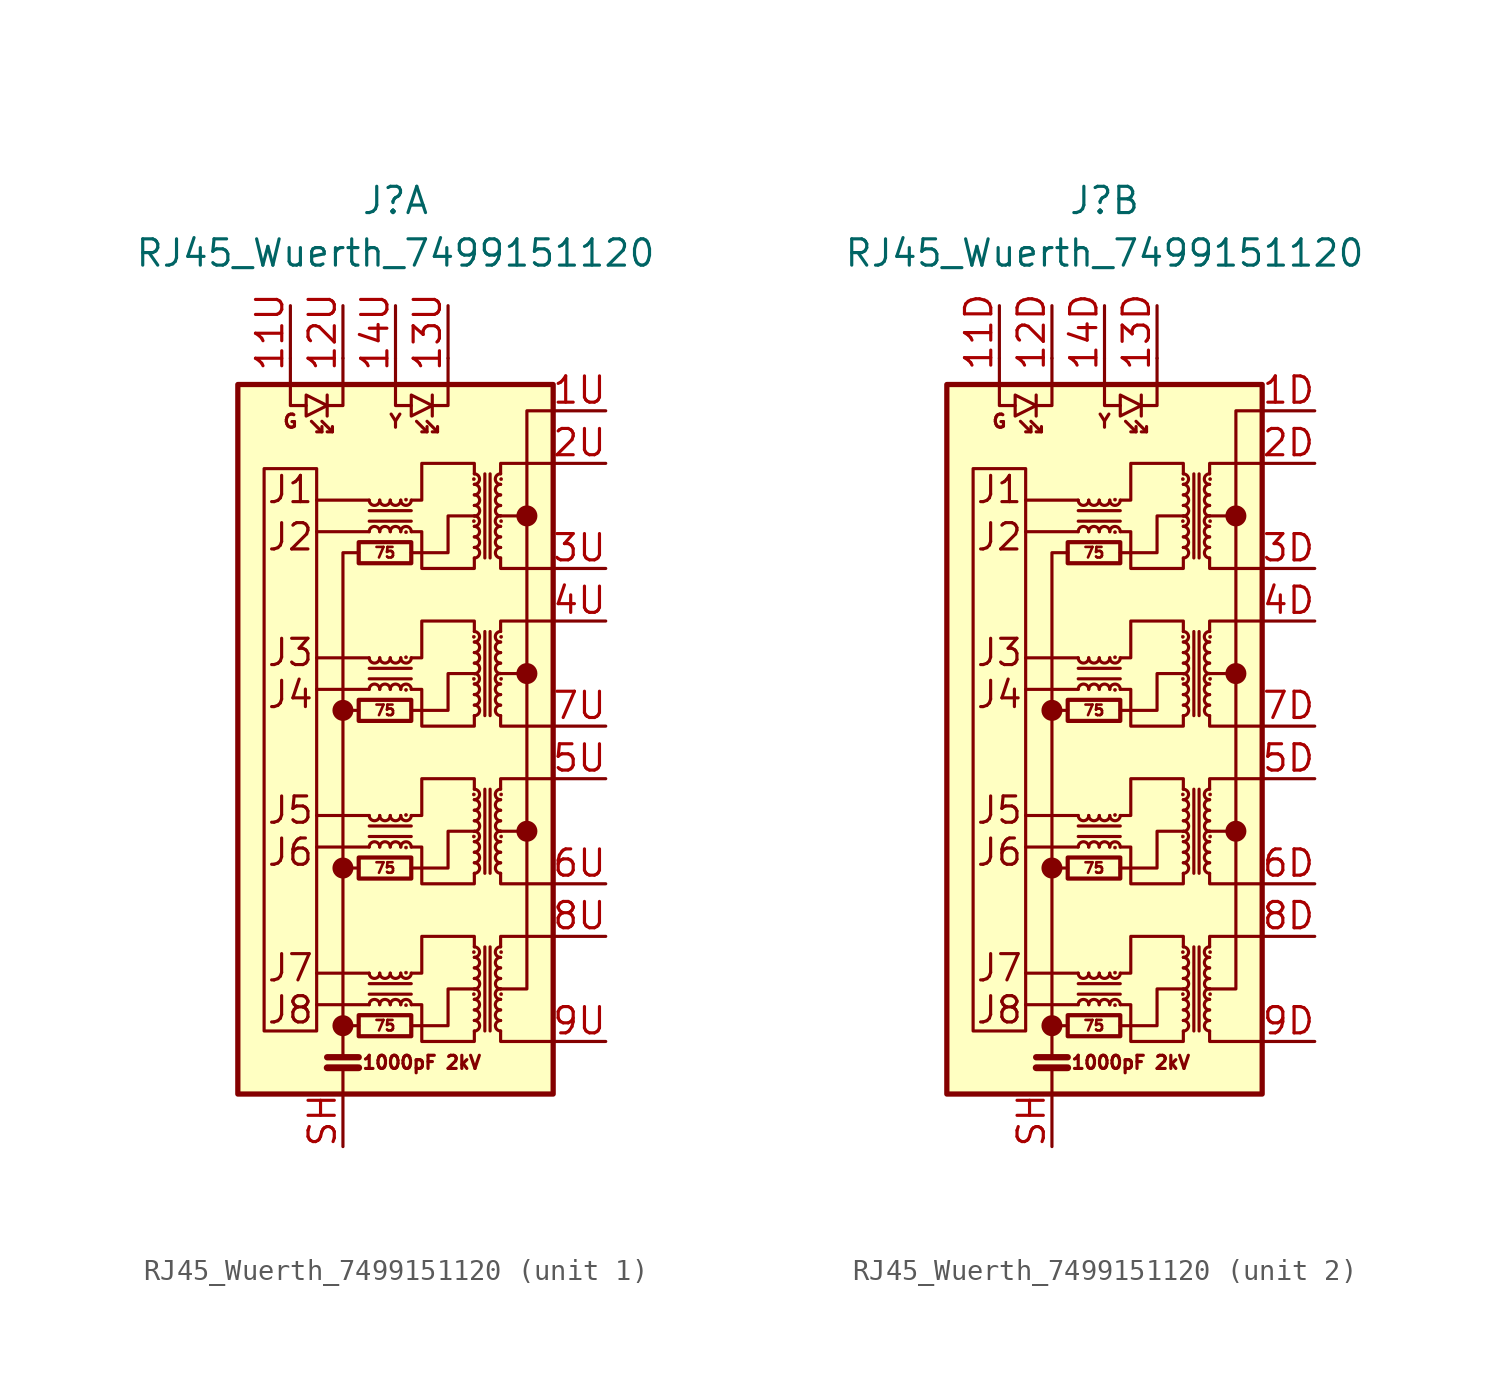
<source format=kicad_sym>
(kicad_symbol_lib
  (version 20241209)
  (generator "kicad_symbol_editor")
  (generator_version "9.0")
  (symbol "RJ45_Wuerth_7499151120"
    (pin_names
      (offset 0.025)
      (hide yes))
    (property "Reference" "J"
      (at 0 25.4 0)
      (effects (font (size 1.27 1.27))))
    (property "Value" "RJ45_Wuerth_7499151120"
      (at 0 22.86 0)
      (effects (font (size 1.27 1.27))))
    (property "ki_locked" ""
      (at 0 0 0)
      (effects (font (size 1.27 1.27))))
    (symbol "RJ45_Wuerth_7499151120_0_0"
      (circle (center -2.54 0.762) (radius 0.0001) (stroke (width 0.508) (type default)) (fill (type none)))
      (circle (center -2.54 -6.858) (radius 0.0001) (stroke (width 0.508) (type default)) (fill (type none)))
      (circle (center -2.54 -14.478) (radius 0.0001) (stroke (width 0.508) (type default)) (fill (type none)))
      (polyline (pts (xy -1.778 -14.478) (xy -2.54 -14.478)) (stroke (width 0) (type default)) (fill (type none)))
      (polyline (pts (xy -1.27 10.922) (xy -3.81 10.922)) (stroke (width 0) (type default)) (fill (type none)))
      (polyline (pts (xy -1.27 9.398) (xy -3.81 9.398)) (stroke (width 0) (type default)) (fill (type none)))
      (polyline (pts (xy -1.27 3.302) (xy -3.81 3.302)) (stroke (width 0) (type default)) (fill (type none)))
      (polyline (pts (xy -1.27 1.778) (xy -3.81 1.778)) (stroke (width 0) (type default)) (fill (type none)))
      (polyline (pts (xy -1.27 -4.318) (xy -3.81 -4.318)) (stroke (width 0) (type default)) (fill (type none)))
      (polyline (pts (xy -1.27 -5.842) (xy -3.81 -5.842)) (stroke (width 0) (type default)) (fill (type none)))
      (polyline (pts (xy -1.27 -11.938) (xy -3.81 -11.938)) (stroke (width 0) (type default)) (fill (type none)))
      (polyline (pts (xy -1.27 -13.462) (xy -3.81 -13.462)) (stroke (width 0) (type default)) (fill (type none)))
      (polyline (pts (xy 0.762 8.382) (xy 2.54 8.382) (xy 2.54 10.16) (xy 3.81 10.16)) (stroke (width 0) (type default)) (fill (type none)))
      (polyline (pts (xy 0.762 0.762) (xy 2.54 0.762) (xy 2.54 2.54) (xy 3.81 2.54)) (stroke (width 0) (type default)) (fill (type none)))
      (polyline (pts (xy 0.762 -6.858) (xy 2.54 -6.858) (xy 2.54 -5.08) (xy 3.81 -5.08)) (stroke (width 0) (type default)) (fill (type none)))
      (polyline (pts (xy 0.762 -14.478) (xy 2.54 -14.478) (xy 2.54 -12.7) (xy 3.81 -12.7)) (stroke (width 0) (type default)) (fill (type none)))
      (polyline (pts (xy 5.08 2.54) (xy 6.35 2.54)) (stroke (width 0) (type default)) (fill (type none)))
      (polyline (pts (xy 6.35 10.16) (xy 5.08 10.16)) (stroke (width 0) (type default)) (fill (type none)))
      (circle (center 6.35 10.16) (radius 0.0001) (stroke (width 0.508) (type default)) (fill (type none)))
      (circle (center 6.35 2.54) (radius 0.0001) (stroke (width 0.508) (type default)) (fill (type none)))
      (polyline (pts (xy 6.35 -5.08) (xy 5.08 -5.08)) (stroke (width 0) (type default)) (fill (type none)))
      (circle (center 6.35 -5.08) (radius 0.0001) (stroke (width 0.508) (type default)) (fill (type none)))
      (text "J1" (at -5.08 11.43 0) (effects (font (size 1.27 1.27))))
      (text "J2" (at -5.08 9.144 0) (effects (font (size 1.27 1.27))))
      (text "J3" (at -5.08 3.556 0) (effects (font (size 1.27 1.27))))
      (text "J4" (at -5.08 1.524 0) (effects (font (size 1.27 1.27))))
      (text "J5" (at -5.08 -4.064 0) (effects (font (size 1.27 1.27))))
      (text "J6" (at -5.08 -6.096 0) (effects (font (size 1.27 1.27))))
      (text "J7" (at -5.08 -11.684 0) (effects (font (size 1.27 1.27))))
      (text "J8" (at -5.08 -13.716 0) (effects (font (size 1.27 1.27))))
      (text "75" (at -0.508 8.382 0) (effects (font (size 0.508 0.508))))
      (text "75" (at -0.508 0.762 0) (effects (font (size 0.508 0.508))))
      (text "75" (at -0.508 -6.858 0) (effects (font (size 0.508 0.508))))
      (text "75" (at -0.508 -14.478 0) (effects (font (size 0.508 0.508))))
      (text "1000pF 2kV" (at 1.27 -16.256 0) (effects (font (size 0.635 0.635)))))
    (symbol "RJ45_Wuerth_7499151120_0_1"
      (rectangle (start -7.62 16.51) (end 7.62 -17.78) (stroke (width 0.254) (type default)) (fill (type background)))
      (polyline (pts (xy -5.08 17.78) (xy -5.08 15.494) (xy -4.318 15.494)) (stroke (width 0) (type default)) (fill (type none)))
      (rectangle (start -3.81 -14.732) (end -6.35 12.446) (stroke (width 0) (type default)) (fill (type none)))
      (polyline (pts (xy -3.556 14.478) (xy -3.556 14.224) (xy -3.81 14.224)) (stroke (width 0) (type default)) (fill (type none)))
      (polyline (pts (xy -3.556 14.224) (xy -4.064 14.732)) (stroke (width 0) (type default)) (fill (type none)))
      (polyline (pts (xy -3.302 16.002) (xy -3.302 14.986)) (stroke (width 0) (type default)) (fill (type none)))
      (polyline (pts (xy -3.302 15.494) (xy -4.318 16.002) (xy -4.318 14.986) (xy -3.302 15.494)) (stroke (width 0) (type default)) (fill (type none)))
      (polyline (pts (xy -3.302 -16.002) (xy -1.778 -16.002)) (stroke (width 0.305) (type default)) (fill (type none)))
      (polyline (pts (xy -3.302 -16.51) (xy -1.778 -16.51)) (stroke (width 0.33) (type default)) (fill (type none)))
      (polyline (pts (xy -3.048 14.478) (xy -3.048 14.224) (xy -3.302 14.224)) (stroke (width 0) (type default)) (fill (type none)))
      (polyline (pts (xy -3.048 14.224) (xy -3.556 14.732)) (stroke (width 0) (type default)) (fill (type none)))
      (polyline (pts (xy -2.54 17.78) (xy -2.54 15.494) (xy -3.302 15.494)) (stroke (width 0) (type default)) (fill (type none)))
      (polyline (pts (xy -2.54 0.762) (xy -1.778 0.762)) (stroke (width 0) (type default)) (fill (type none)))
      (polyline (pts (xy -2.54 -16.002) (xy -2.54 8.382) (xy -1.778 8.382)) (stroke (width 0) (type default)) (fill (type none)))
      (polyline (pts (xy -2.54 -17.78) (xy -2.54 -16.51)) (stroke (width 0) (type default)) (fill (type none)))
      (rectangle (start -1.778 7.874) (end 0.762 8.89) (stroke (width 0.203) (type default)) (fill (type none)))
      (rectangle (start -1.778 0.254) (end 0.762 1.27) (stroke (width 0.203) (type default)) (fill (type none)))
      (polyline (pts (xy -1.778 -6.858) (xy -2.54 -6.858)) (stroke (width 0) (type default)) (fill (type none)))
      (rectangle (start -1.778 -7.366) (end 0.762 -6.35) (stroke (width 0.203) (type default)) (fill (type none)))
      (rectangle (start -1.778 -14.986) (end 0.762 -13.97) (stroke (width 0.203) (type default)) (fill (type none)))
      (polyline (pts (xy -1.27 9.906) (xy 0.762 9.906)) (stroke (width 0) (type default)) (fill (type none)))
      (polyline (pts (xy -1.27 2.286) (xy 0.762 2.286)) (stroke (width 0) (type default)) (fill (type none)))
      (polyline (pts (xy -1.27 -5.334) (xy 0.762 -5.334)) (stroke (width 0) (type default)) (fill (type none)))
      (polyline (pts (xy -1.27 -12.954) (xy 0.762 -12.954)) (stroke (width 0) (type default)) (fill (type none)))
      (arc (start -0.762 10.922) (mid -1.016 10.6691) (end -1.27 10.922) (stroke (width 0) (type default)) (fill (type none)))
      (arc (start -1.27 9.398) (mid -1.016 9.6509) (end -0.762 9.398) (stroke (width 0) (type default)) (fill (type none)))
      (arc (start -0.762 3.302) (mid -1.016 3.0491) (end -1.27 3.302) (stroke (width 0) (type default)) (fill (type none)))
      (arc (start -1.27 1.778) (mid -1.016 2.0309) (end -0.762 1.778) (stroke (width 0) (type default)) (fill (type none)))
      (arc (start -0.762 -4.318) (mid -1.016 -4.5709) (end -1.27 -4.318) (stroke (width 0) (type default)) (fill (type none)))
      (arc (start -1.27 -5.842) (mid -1.016 -5.5891) (end -0.762 -5.842) (stroke (width 0) (type default)) (fill (type none)))
      (arc (start -0.762 -11.938) (mid -1.016 -12.1909) (end -1.27 -11.938) (stroke (width 0) (type default)) (fill (type none)))
      (arc (start -1.27 -13.462) (mid -1.016 -13.2091) (end -0.762 -13.462) (stroke (width 0) (type default)) (fill (type none)))
      (arc (start -0.254 10.922) (mid -0.508 10.6691) (end -0.762 10.922) (stroke (width 0) (type default)) (fill (type none)))
      (arc (start -0.762 9.398) (mid -0.508 9.6509) (end -0.254 9.398) (stroke (width 0) (type default)) (fill (type none)))
      (arc (start -0.254 3.302) (mid -0.508 3.0491) (end -0.762 3.302) (stroke (width 0) (type default)) (fill (type none)))
      (arc (start -0.762 1.778) (mid -0.508 2.0309) (end -0.254 1.778) (stroke (width 0) (type default)) (fill (type none)))
      (arc (start -0.254 -4.318) (mid -0.508 -4.5709) (end -0.762 -4.318) (stroke (width 0) (type default)) (fill (type none)))
      (arc (start -0.762 -5.842) (mid -0.508 -5.5891) (end -0.254 -5.842) (stroke (width 0) (type default)) (fill (type none)))
      (arc (start -0.254 -11.938) (mid -0.508 -12.1909) (end -0.762 -11.938) (stroke (width 0) (type default)) (fill (type none)))
      (arc (start -0.762 -13.462) (mid -0.508 -13.2091) (end -0.254 -13.462) (stroke (width 0) (type default)) (fill (type none)))
      (polyline (pts (xy 0 17.78) (xy 0 15.494) (xy 0.762 15.494)) (stroke (width 0) (type default)) (fill (type none)))
      (arc (start 0.254 10.922) (mid 0 10.6691) (end -0.254 10.922) (stroke (width 0) (type default)) (fill (type none)))
      (arc (start -0.254 9.398) (mid 0 9.6509) (end 0.254 9.398) (stroke (width 0) (type default)) (fill (type none)))
      (arc (start 0.254 3.302) (mid 0 3.0491) (end -0.254 3.302) (stroke (width 0) (type default)) (fill (type none)))
      (arc (start -0.254 1.778) (mid 0 2.0309) (end 0.254 1.778) (stroke (width 0) (type default)) (fill (type none)))
      (arc (start 0.254 -4.318) (mid 0 -4.5709) (end -0.254 -4.318) (stroke (width 0) (type default)) (fill (type none)))
      (arc (start -0.254 -5.842) (mid 0 -5.5891) (end 0.254 -5.842) (stroke (width 0) (type default)) (fill (type none)))
      (arc (start 0.254 -11.938) (mid 0 -12.1909) (end -0.254 -11.938) (stroke (width 0) (type default)) (fill (type none)))
      (arc (start -0.254 -13.462) (mid 0 -13.2091) (end 0.254 -13.462) (stroke (width 0) (type default)) (fill (type none)))
      (circle (center 0.508 10.947) (radius 0.076) (stroke (width 0.025) (type default)) (fill (type outline)))
      (arc (start 0.762 10.922) (mid 0.508 10.6691) (end 0.254 10.922) (stroke (width 0) (type default)) (fill (type none)))
      (arc (start 0.254 9.398) (mid 0.508 9.6509) (end 0.762 9.398) (stroke (width 0) (type default)) (fill (type none)))
      (circle (center 0.508 9.373) (radius 0.076) (stroke (width 0.025) (type default)) (fill (type outline)))
      (circle (center 0.508 3.327) (radius 0.076) (stroke (width 0.025) (type default)) (fill (type outline)))
      (arc (start 0.762 3.302) (mid 0.508 3.0491) (end 0.254 3.302) (stroke (width 0) (type default)) (fill (type none)))
      (arc (start 0.254 1.778) (mid 0.508 2.0309) (end 0.762 1.778) (stroke (width 0) (type default)) (fill (type none)))
      (circle (center 0.508 1.753) (radius 0.076) (stroke (width 0.025) (type default)) (fill (type outline)))
      (circle (center 0.508 -4.293) (radius 0.076) (stroke (width 0.025) (type default)) (fill (type outline)))
      (arc (start 0.762 -4.318) (mid 0.508 -4.5709) (end 0.254 -4.318) (stroke (width 0) (type default)) (fill (type none)))
      (arc (start 0.254 -5.842) (mid 0.508 -5.5891) (end 0.762 -5.842) (stroke (width 0) (type default)) (fill (type none)))
      (circle (center 0.508 -5.867) (radius 0.076) (stroke (width 0.025) (type default)) (fill (type outline)))
      (circle (center 0.508 -11.913) (radius 0.076) (stroke (width 0.025) (type default)) (fill (type outline)))
      (arc (start 0.762 -11.938) (mid 0.508 -12.1909) (end 0.254 -11.938) (stroke (width 0) (type default)) (fill (type none)))
      (arc (start 0.254 -13.462) (mid 0.508 -13.2091) (end 0.762 -13.462) (stroke (width 0) (type default)) (fill (type none)))
      (circle (center 0.508 -13.487) (radius 0.076) (stroke (width 0.025) (type default)) (fill (type outline)))
      (polyline (pts (xy 0.762 10.922) (xy 1.27 10.922) (xy 1.27 12.7) (xy 3.81 12.7) (xy 3.81 12.192)) (stroke (width 0) (type default)) (fill (type none)))
      (polyline (pts (xy 0.762 10.414) (xy -1.27 10.414)) (stroke (width 0) (type default)) (fill (type none)))
      (polyline (pts (xy 0.762 3.302) (xy 1.27 3.302) (xy 1.27 5.08) (xy 3.81 5.08) (xy 3.81 4.572)) (stroke (width 0) (type default)) (fill (type none)))
      (polyline (pts (xy 0.762 2.794) (xy -1.27 2.794)) (stroke (width 0) (type default)) (fill (type none)))
      (polyline (pts (xy 0.762 -4.318) (xy 1.27 -4.318) (xy 1.27 -2.54) (xy 3.81 -2.54) (xy 3.81 -3.048)) (stroke (width 0) (type default)) (fill (type none)))
      (polyline (pts (xy 0.762 -4.826) (xy -1.27 -4.826)) (stroke (width 0) (type default)) (fill (type none)))
      (polyline (pts (xy 0.762 -11.938) (xy 1.27 -11.938) (xy 1.27 -10.16) (xy 3.81 -10.16) (xy 3.81 -10.668)) (stroke (width 0) (type default)) (fill (type none)))
      (polyline (pts (xy 0.762 -12.446) (xy -1.27 -12.446)) (stroke (width 0) (type default)) (fill (type none)))
      (polyline (pts (xy 1.524 14.478) (xy 1.524 14.224) (xy 1.27 14.224)) (stroke (width 0) (type default)) (fill (type none)))
      (polyline (pts (xy 1.524 14.224) (xy 1.016 14.732)) (stroke (width 0) (type default)) (fill (type none)))
      (polyline (pts (xy 1.778 16.002) (xy 1.778 14.986)) (stroke (width 0) (type default)) (fill (type none)))
      (polyline (pts (xy 1.778 15.494) (xy 0.762 16.002) (xy 0.762 14.986) (xy 1.778 15.494)) (stroke (width 0) (type default)) (fill (type none)))
      (polyline (pts (xy 2.032 14.478) (xy 2.032 14.224) (xy 1.778 14.224)) (stroke (width 0) (type default)) (fill (type none)))
      (polyline (pts (xy 2.032 14.224) (xy 1.524 14.732)) (stroke (width 0) (type default)) (fill (type none)))
      (polyline (pts (xy 2.54 17.78) (xy 2.54 15.494) (xy 1.778 15.494)) (stroke (width 0) (type default)) (fill (type none)))
      (circle (center 3.785 11.938) (radius 0.076) (stroke (width 0.025) (type default)) (fill (type outline)))
      (circle (center 3.785 9.906) (radius 0.076) (stroke (width 0.025) (type default)) (fill (type outline)))
      (circle (center 3.785 4.318) (radius 0.076) (stroke (width 0.025) (type default)) (fill (type outline)))
      (circle (center 3.785 2.286) (radius 0.076) (stroke (width 0.025) (type default)) (fill (type outline)))
      (circle (center 3.785 -3.302) (radius 0.076) (stroke (width 0.025) (type default)) (fill (type outline)))
      (circle (center 3.785 -5.334) (radius 0.076) (stroke (width 0.025) (type default)) (fill (type outline)))
      (circle (center 3.785 -10.922) (radius 0.076) (stroke (width 0.025) (type default)) (fill (type outline)))
      (circle (center 3.785 -12.954) (radius 0.076) (stroke (width 0.025) (type default)) (fill (type outline)))
      (arc (start 3.81 12.192) (mid 4.063 11.938) (end 3.81 11.684) (stroke (width 0) (type default)) (fill (type none)))
      (arc (start 3.81 11.176) (mid 4.063 10.922) (end 3.81 10.668) (stroke (width 0) (type default)) (fill (type none)))
      (arc (start 3.81 10.668) (mid 4.063 10.414) (end 3.81 10.16) (stroke (width 0) (type default)) (fill (type none)))
      (arc (start 3.81 10.16) (mid 4.063 9.906) (end 3.81 9.652) (stroke (width 0) (type default)) (fill (type none)))
      (arc (start 3.81 9.652) (mid 4.063 9.398) (end 3.81 9.144) (stroke (width 0) (type default)) (fill (type none)))
      (arc (start 3.81 8.636) (mid 4.063 8.382) (end 3.81 8.128) (stroke (width 0) (type default)) (fill (type none)))
      (arc (start 3.81 4.572) (mid 4.063 4.318) (end 3.81 4.064) (stroke (width 0) (type default)) (fill (type none)))
      (arc (start 3.81 3.556) (mid 4.063 3.302) (end 3.81 3.048) (stroke (width 0) (type default)) (fill (type none)))
      (arc (start 3.81 3.048) (mid 4.063 2.794) (end 3.81 2.54) (stroke (width 0) (type default)) (fill (type none)))
      (arc (start 3.81 2.54) (mid 4.063 2.286) (end 3.81 2.032) (stroke (width 0) (type default)) (fill (type none)))
      (arc (start 3.81 2.032) (mid 4.063 1.778) (end 3.81 1.524) (stroke (width 0) (type default)) (fill (type none)))
      (arc (start 3.81 1.016) (mid 4.063 0.762) (end 3.81 0.508) (stroke (width 0) (type default)) (fill (type none)))
      (arc (start 3.81 -3.048) (mid 4.063 -3.302) (end 3.81 -3.556) (stroke (width 0) (type default)) (fill (type none)))
      (arc (start 3.81 -4.064) (mid 4.063 -4.318) (end 3.81 -4.572) (stroke (width 0) (type default)) (fill (type none)))
      (arc (start 3.81 -4.572) (mid 4.063 -4.826) (end 3.81 -5.08) (stroke (width 0) (type default)) (fill (type none)))
      (arc (start 3.81 -5.08) (mid 4.063 -5.334) (end 3.81 -5.588) (stroke (width 0) (type default)) (fill (type none)))
      (arc (start 3.81 -5.588) (mid 4.063 -5.842) (end 3.81 -6.096) (stroke (width 0) (type default)) (fill (type none)))
      (arc (start 3.81 -6.604) (mid 4.063 -6.858) (end 3.81 -7.112) (stroke (width 0) (type default)) (fill (type none)))
      (arc (start 3.81 -10.668) (mid 4.063 -10.922) (end 3.81 -11.176) (stroke (width 0) (type default)) (fill (type none)))
      (arc (start 3.81 -11.684) (mid 4.063 -11.938) (end 3.81 -12.192) (stroke (width 0) (type default)) (fill (type none)))
      (arc (start 3.81 -12.192) (mid 4.063 -12.446) (end 3.81 -12.7) (stroke (width 0) (type default)) (fill (type none)))
      (arc (start 3.81 -12.7) (mid 4.063 -12.954) (end 3.81 -13.208) (stroke (width 0) (type default)) (fill (type none)))
      (arc (start 3.81 -13.208) (mid 4.063 -13.462) (end 3.81 -13.716) (stroke (width 0) (type default)) (fill (type none)))
      (arc (start 3.81 -14.224) (mid 4.063 -14.478) (end 3.81 -14.732) (stroke (width 0) (type default)) (fill (type none)))
      (arc (start 3.81 11.684) (mid 4.063 11.43) (end 3.81 11.176) (stroke (width 0) (type default)) (fill (type none)))
      (arc (start 3.81 9.144) (mid 4.063 8.89) (end 3.81 8.636) (stroke (width 0) (type default)) (fill (type none)))
      (polyline (pts (xy 3.81 8.128) (xy 3.81 7.62) (xy 1.27 7.62) (xy 1.27 9.398) (xy 0.762 9.398)) (stroke (width 0) (type default)) (fill (type none)))
      (arc (start 3.81 4.064) (mid 4.063 3.81) (end 3.81 3.556) (stroke (width 0) (type default)) (fill (type none)))
      (arc (start 3.81 1.524) (mid 4.063 1.27) (end 3.81 1.016) (stroke (width 0) (type default)) (fill (type none)))
      (polyline (pts (xy 3.81 0.508) (xy 3.81 0) (xy 1.27 0) (xy 1.27 1.778) (xy 0.762 1.778)) (stroke (width 0) (type default)) (fill (type none)))
      (arc (start 3.81 -3.556) (mid 4.063 -3.81) (end 3.81 -4.064) (stroke (width 0) (type default)) (fill (type none)))
      (arc (start 3.81 -6.096) (mid 4.063 -6.35) (end 3.81 -6.604) (stroke (width 0) (type default)) (fill (type none)))
      (polyline (pts (xy 3.81 -7.112) (xy 3.81 -7.62) (xy 1.27 -7.62) (xy 1.27 -5.842) (xy 0.762 -5.842)) (stroke (width 0) (type default)) (fill (type none)))
      (arc (start 3.81 -11.176) (mid 4.063 -11.43) (end 3.81 -11.684) (stroke (width 0) (type default)) (fill (type none)))
      (arc (start 3.81 -13.716) (mid 4.063 -13.97) (end 3.81 -14.224) (stroke (width 0) (type default)) (fill (type none)))
      (polyline (pts (xy 3.81 -14.732) (xy 3.81 -15.24) (xy 1.27 -15.24) (xy 1.27 -13.462) (xy 0.762 -13.462)) (stroke (width 0) (type default)) (fill (type none)))
      (polyline (pts (xy 4.318 12.192) (xy 4.318 8.128)) (stroke (width 0) (type default)) (fill (type none)))
      (polyline (pts (xy 4.318 4.572) (xy 4.318 0.508)) (stroke (width 0) (type default)) (fill (type none)))
      (polyline (pts (xy 4.318 -3.048) (xy 4.318 -7.112)) (stroke (width 0) (type default)) (fill (type none)))
      (polyline (pts (xy 4.318 -10.668) (xy 4.318 -14.732)) (stroke (width 0) (type default)) (fill (type none)))
      (polyline (pts (xy 4.572 8.128) (xy 4.572 12.192)) (stroke (width 0) (type default)) (fill (type none)))
      (polyline (pts (xy 4.572 0.508) (xy 4.572 4.572)) (stroke (width 0) (type default)) (fill (type none)))
      (polyline (pts (xy 4.572 -7.112) (xy 4.572 -3.048)) (stroke (width 0) (type default)) (fill (type none)))
      (polyline (pts (xy 4.572 -14.732) (xy 4.572 -10.668)) (stroke (width 0) (type default)) (fill (type none)))
      (polyline (pts (xy 5.08 12.192) (xy 5.08 12.7) (xy 7.62 12.7)) (stroke (width 0) (type default)) (fill (type none)))
      (arc (start 5.08 11.176) (mid 4.826 11.43) (end 5.08 11.684) (stroke (width 0) (type default)) (fill (type none)))
      (arc (start 5.08 8.636) (mid 4.826 8.89) (end 5.08 9.144) (stroke (width 0) (type default)) (fill (type none)))
      (polyline (pts (xy 5.08 8.128) (xy 5.08 7.62) (xy 7.62 7.62)) (stroke (width 0) (type default)) (fill (type none)))
      (polyline (pts (xy 5.08 4.572) (xy 5.08 5.08) (xy 7.62 5.08)) (stroke (width 0) (type default)) (fill (type none)))
      (arc (start 5.08 3.556) (mid 4.826 3.81) (end 5.08 4.064) (stroke (width 0) (type default)) (fill (type none)))
      (arc (start 5.08 1.016) (mid 4.826 1.27) (end 5.08 1.524) (stroke (width 0) (type default)) (fill (type none)))
      (polyline (pts (xy 5.08 0.508) (xy 5.08 0) (xy 7.62 0)) (stroke (width 0) (type default)) (fill (type none)))
      (polyline (pts (xy 5.08 -3.048) (xy 5.08 -2.54) (xy 7.62 -2.54)) (stroke (width 0) (type default)) (fill (type none)))
      (arc (start 5.08 -4.064) (mid 4.826 -3.81) (end 5.08 -3.556) (stroke (width 0) (type default)) (fill (type none)))
      (arc (start 5.08 -6.604) (mid 4.826 -6.35) (end 5.08 -6.096) (stroke (width 0) (type default)) (fill (type none)))
      (polyline (pts (xy 5.08 -7.112) (xy 5.08 -7.62) (xy 7.62 -7.62)) (stroke (width 0) (type default)) (fill (type none)))
      (polyline (pts (xy 5.08 -10.668) (xy 5.08 -10.16) (xy 7.62 -10.16)) (stroke (width 0) (type default)) (fill (type none)))
      (arc (start 5.08 -11.684) (mid 4.826 -11.43) (end 5.08 -11.176) (stroke (width 0) (type default)) (fill (type none)))
      (arc (start 5.08 -14.224) (mid 4.826 -13.97) (end 5.08 -13.716) (stroke (width 0) (type default)) (fill (type none)))
      (polyline (pts (xy 5.08 -14.732) (xy 5.08 -15.24) (xy 7.62 -15.24)) (stroke (width 0) (type default)) (fill (type none)))
      (arc (start 5.08 11.684) (mid 4.827 11.938) (end 5.08 12.192) (stroke (width 0) (type default)) (fill (type none)))
      (arc (start 5.08 10.668) (mid 4.827 10.922) (end 5.08 11.176) (stroke (width 0) (type default)) (fill (type none)))
      (arc (start 5.08 10.16) (mid 4.827 10.414) (end 5.08 10.668) (stroke (width 0) (type default)) (fill (type none)))
      (arc (start 5.08 9.652) (mid 4.827 9.906) (end 5.08 10.16) (stroke (width 0) (type default)) (fill (type none)))
      (arc (start 5.08 9.144) (mid 4.827 9.398) (end 5.08 9.652) (stroke (width 0) (type default)) (fill (type none)))
      (arc (start 5.08 8.128) (mid 4.827 8.382) (end 5.08 8.636) (stroke (width 0) (type default)) (fill (type none)))
      (arc (start 5.08 4.064) (mid 4.827 4.318) (end 5.08 4.572) (stroke (width 0) (type default)) (fill (type none)))
      (arc (start 5.08 3.048) (mid 4.827 3.302) (end 5.08 3.556) (stroke (width 0) (type default)) (fill (type none)))
      (arc (start 5.08 2.54) (mid 4.827 2.794) (end 5.08 3.048) (stroke (width 0) (type default)) (fill (type none)))
      (arc (start 5.08 2.032) (mid 4.827 2.286) (end 5.08 2.54) (stroke (width 0) (type default)) (fill (type none)))
      (arc (start 5.08 1.524) (mid 4.827 1.778) (end 5.08 2.032) (stroke (width 0) (type default)) (fill (type none)))
      (arc (start 5.08 0.508) (mid 4.827 0.762) (end 5.08 1.016) (stroke (width 0) (type default)) (fill (type none)))
      (arc (start 5.08 -3.556) (mid 4.827 -3.302) (end 5.08 -3.048) (stroke (width 0) (type default)) (fill (type none)))
      (arc (start 5.08 -4.572) (mid 4.827 -4.318) (end 5.08 -4.064) (stroke (width 0) (type default)) (fill (type none)))
      (arc (start 5.08 -5.08) (mid 4.827 -4.826) (end 5.08 -4.572) (stroke (width 0) (type default)) (fill (type none)))
      (arc (start 5.08 -5.588) (mid 4.827 -5.334) (end 5.08 -5.08) (stroke (width 0) (type default)) (fill (type none)))
      (arc (start 5.08 -6.096) (mid 4.827 -5.842) (end 5.08 -5.588) (stroke (width 0) (type default)) (fill (type none)))
      (arc (start 5.08 -7.112) (mid 4.827 -6.858) (end 5.08 -6.604) (stroke (width 0) (type default)) (fill (type none)))
      (arc (start 5.08 -11.176) (mid 4.827 -10.922) (end 5.08 -10.668) (stroke (width 0) (type default)) (fill (type none)))
      (arc (start 5.08 -12.192) (mid 4.827 -11.938) (end 5.08 -11.684) (stroke (width 0) (type default)) (fill (type none)))
      (arc (start 5.08 -12.7) (mid 4.827 -12.446) (end 5.08 -12.192) (stroke (width 0) (type default)) (fill (type none)))
      (arc (start 5.08 -13.208) (mid 4.827 -12.954) (end 5.08 -12.7) (stroke (width 0) (type default)) (fill (type none)))
      (arc (start 5.08 -13.716) (mid 4.827 -13.462) (end 5.08 -13.208) (stroke (width 0) (type default)) (fill (type none)))
      (arc (start 5.08 -14.732) (mid 4.827 -14.478) (end 5.08 -14.224) (stroke (width 0) (type default)) (fill (type none)))
      (circle (center 5.105 11.938) (radius 0.076) (stroke (width 0.025) (type default)) (fill (type outline)))
      (circle (center 5.105 9.906) (radius 0.076) (stroke (width 0.025) (type default)) (fill (type outline)))
      (circle (center 5.105 4.318) (radius 0.076) (stroke (width 0.025) (type default)) (fill (type outline)))
      (circle (center 5.105 2.286) (radius 0.076) (stroke (width 0.025) (type default)) (fill (type outline)))
      (circle (center 5.105 -3.302) (radius 0.076) (stroke (width 0.025) (type default)) (fill (type outline)))
      (circle (center 5.105 -5.334) (radius 0.076) (stroke (width 0.025) (type default)) (fill (type outline)))
      (circle (center 5.105 -10.922) (radius 0.076) (stroke (width 0.025) (type default)) (fill (type outline)))
      (circle (center 5.105 -12.954) (radius 0.076) (stroke (width 0.025) (type default)) (fill (type outline)))
      (polyline (pts (xy 7.62 15.24) (xy 6.35 15.24) (xy 6.35 -12.7) (xy 5.08 -12.7)) (stroke (width 0) (type default)) (fill (type none)))
      (pin power_in line (at -2.54 -20.32 90) (length 2.54) (name "~" (effects (font (size 1.27 1.27)))) (number "SH" (effects (font (size 1.27 1.27))))))
    (symbol "RJ45_Wuerth_7499151120_1_1"
      (text "G" (at -5.08 14.732 0) (effects (font (size 0.635 0.635))))
      (text "Y" (at 0 14.732 0) (effects (font (size 0.635 0.635))))
      (pin passive line (at -5.08 20.32 270) (length 2.54) (name "~" (effects (font (size 1.27 1.27)))) (number "11U" (effects (font (size 1.27 1.27)))))
      (pin passive line (at -2.54 20.32 270) (length 2.54) (name "~" (effects (font (size 1.27 1.27)))) (number "12U" (effects (font (size 1.27 1.27)))))
      (pin passive line (at 0 20.32 270) (length 2.54) (name "~" (effects (font (size 1.27 1.27)))) (number "14U" (effects (font (size 1.27 1.27)))))
      (pin no_connect line (at 0 -17.78 90) (length 2.54) (hide yes) (name "~" (effects (font (size 1.27 1.27)))) (number "10U" (effects (font (size 1.27 1.27)))))
      (pin passive line (at 2.54 20.32 270) (length 2.54) (name "~" (effects (font (size 1.27 1.27)))) (number "13U" (effects (font (size 1.27 1.27)))))
      (pin passive line (at 10.16 15.24 180) (length 2.54) (name "~" (effects (font (size 1.27 1.27)))) (number "1U" (effects (font (size 1.27 1.27)))))
      (pin passive line (at 10.16 12.7 180) (length 2.54) (name "~" (effects (font (size 1.27 1.27)))) (number "2U" (effects (font (size 1.27 1.27)))))
      (pin passive line (at 10.16 7.62 180) (length 2.54) (name "~" (effects (font (size 1.27 1.27)))) (number "3U" (effects (font (size 1.27 1.27)))))
      (pin passive line (at 10.16 5.08 180) (length 2.54) (name "~" (effects (font (size 1.27 1.27)))) (number "4U" (effects (font (size 1.27 1.27)))))
      (pin passive line (at 10.16 0 180) (length 2.54) (name "~" (effects (font (size 1.27 1.27)))) (number "7U" (effects (font (size 1.27 1.27)))))
      (pin passive line (at 10.16 -2.54 180) (length 2.54) (name "~" (effects (font (size 1.27 1.27)))) (number "5U" (effects (font (size 1.27 1.27)))))
      (pin passive line (at 10.16 -7.62 180) (length 2.54) (name "~" (effects (font (size 1.27 1.27)))) (number "6U" (effects (font (size 1.27 1.27)))))
      (pin passive line (at 10.16 -10.16 180) (length 2.54) (name "~" (effects (font (size 1.27 1.27)))) (number "8U" (effects (font (size 1.27 1.27)))))
      (pin passive line (at 10.16 -15.24 180) (length 2.54) (name "~" (effects (font (size 1.27 1.27)))) (number "9U" (effects (font (size 1.27 1.27))))))
    (symbol "RJ45_Wuerth_7499151120_2_1"
      (text "G" (at -5.08 14.732 0) (effects (font (size 0.635 0.635))))
      (text "Y" (at 0 14.732 0) (effects (font (size 0.635 0.635))))
      (pin passive line (at -5.08 20.32 270) (length 2.54) (name "~" (effects (font (size 1.27 1.27)))) (number "11D" (effects (font (size 1.27 1.27)))))
      (pin passive line (at -2.54 20.32 270) (length 2.54) (name "~" (effects (font (size 1.27 1.27)))) (number "12D" (effects (font (size 1.27 1.27)))))
      (pin passive line (at 0 20.32 270) (length 2.54) (name "~" (effects (font (size 1.27 1.27)))) (number "14D" (effects (font (size 1.27 1.27)))))
      (pin no_connect line (at 0 -17.78 90) (length 2.54) (hide yes) (name "~" (effects (font (size 1.27 1.27)))) (number "10D" (effects (font (size 1.27 1.27)))))
      (pin passive line (at 2.54 20.32 270) (length 2.54) (name "~" (effects (font (size 1.27 1.27)))) (number "13D" (effects (font (size 1.27 1.27)))))
      (pin passive line (at 10.16 15.24 180) (length 2.54) (name "~" (effects (font (size 1.27 1.27)))) (number "1D" (effects (font (size 1.27 1.27)))))
      (pin passive line (at 10.16 12.7 180) (length 2.54) (name "~" (effects (font (size 1.27 1.27)))) (number "2D" (effects (font (size 1.27 1.27)))))
      (pin passive line (at 10.16 7.62 180) (length 2.54) (name "~" (effects (font (size 1.27 1.27)))) (number "3D" (effects (font (size 1.27 1.27)))))
      (pin passive line (at 10.16 5.08 180) (length 2.54) (name "~" (effects (font (size 1.27 1.27)))) (number "4D" (effects (font (size 1.27 1.27)))))
      (pin passive line (at 10.16 0 180) (length 2.54) (name "~" (effects (font (size 1.27 1.27)))) (number "7D" (effects (font (size 1.27 1.27)))))
      (pin passive line (at 10.16 -2.54 180) (length 2.54) (name "~" (effects (font (size 1.27 1.27)))) (number "5D" (effects (font (size 1.27 1.27)))))
      (pin passive line (at 10.16 -7.62 180) (length 2.54) (name "~" (effects (font (size 1.27 1.27)))) (number "6D" (effects (font (size 1.27 1.27)))))
      (pin passive line (at 10.16 -10.16 180) (length 2.54) (name "~" (effects (font (size 1.27 1.27)))) (number "8D" (effects (font (size 1.27 1.27)))))
      (pin passive line (at 10.16 -15.24 180) (length 2.54) (name "~" (effects (font (size 1.27 1.27)))) (number "9D" (effects (font (size 1.27 1.27))))))))
</source>
